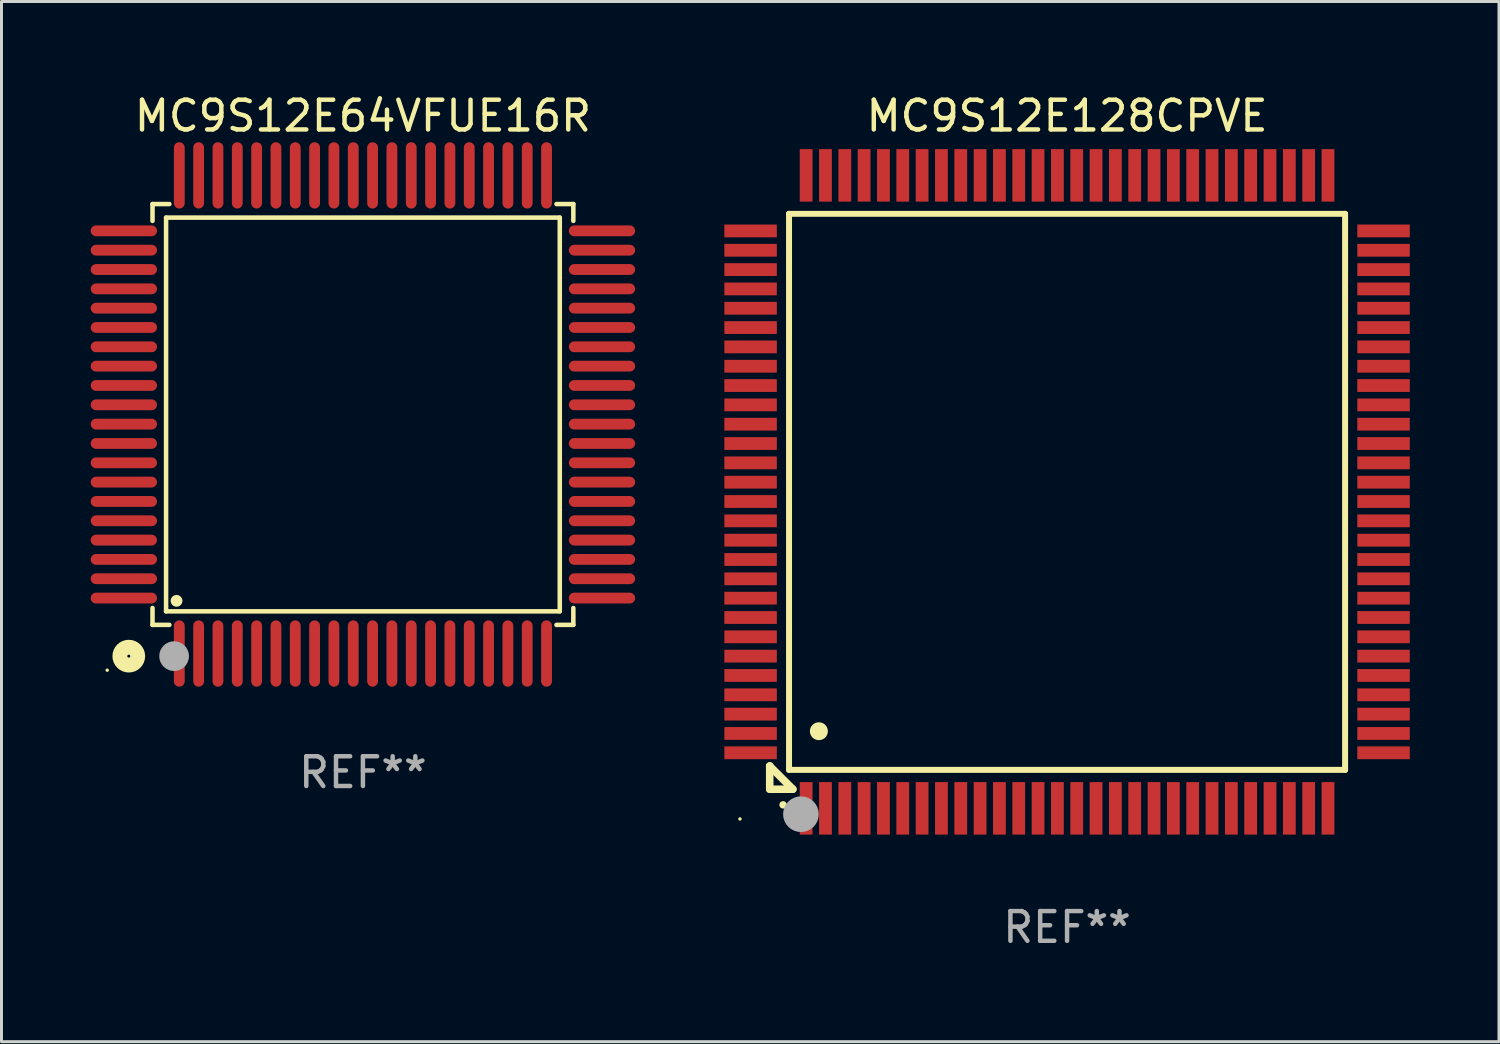
<source format=kicad_pcb>
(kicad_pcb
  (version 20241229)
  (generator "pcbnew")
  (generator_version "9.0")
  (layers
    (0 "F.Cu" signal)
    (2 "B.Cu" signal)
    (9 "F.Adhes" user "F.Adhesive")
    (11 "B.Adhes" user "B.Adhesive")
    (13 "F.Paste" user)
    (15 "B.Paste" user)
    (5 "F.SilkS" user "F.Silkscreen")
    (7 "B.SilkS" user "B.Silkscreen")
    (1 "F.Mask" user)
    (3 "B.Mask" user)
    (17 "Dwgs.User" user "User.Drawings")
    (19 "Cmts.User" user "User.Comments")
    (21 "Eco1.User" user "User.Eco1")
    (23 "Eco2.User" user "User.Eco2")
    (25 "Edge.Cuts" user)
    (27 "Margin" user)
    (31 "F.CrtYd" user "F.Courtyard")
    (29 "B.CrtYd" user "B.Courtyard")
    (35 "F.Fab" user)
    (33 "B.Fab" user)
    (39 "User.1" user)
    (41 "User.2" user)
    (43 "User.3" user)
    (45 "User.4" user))
  (footprint "MC9S12E128CPVE"
    (layer "F.Cu")
    (at 32.835 13.491)
    (property "Reference" "MC9S12E128CPVE" (at 0 -12.643 0) (layer "F.SilkS") (effects (font (size 1 1) (thickness 0.15))))
    (attr through_hole)
    (fp_line (start -10 9.221) (end -10 9.221) (stroke (width 0.254) (type solid)) (layer "F.SilkS"))
    (fp_line (start -10 9.221) (end -10 10) (stroke (width 0.254) (type solid)) (layer "F.SilkS"))
    (fp_line (start -10 9.221) (end -9.221 10) (stroke (width 0.254) (type solid)) (layer "F.SilkS"))
    (fp_line (start -10 10) (end -9.221 10) (stroke (width 0.254) (type solid)) (layer "F.SilkS"))
    (fp_line (start -9.35 -9.35) (end -9.35 9.35) (stroke (width 0.201) (type solid)) (layer "F.SilkS"))
    (fp_line (start -9.35 9.35) (end 9.35 9.35) (stroke (width 0.201) (type solid)) (layer "F.SilkS"))
    (fp_line (start 9.35 -9.35) (end -9.35 -9.35) (stroke (width 0.201) (type solid)) (layer "F.SilkS"))
    (fp_line (start 9.35 9.35) (end 9.35 -9.35) (stroke (width 0.201) (type solid)) (layer "F.SilkS"))
    (fp_arc (start -9.550546 10.525832) (mid -9.549276 10.525826) (end -9.548006 10.525832) (stroke (width 0.24892) (type solid)) (layer "F.SilkS"))
    (fp_arc (start -8.349124 8.049327) (mid -8.346584 8.049316) (end -8.344044 8.049327) (stroke (width 0.599441) (type solid)) (layer "F.SilkS"))
    (fp_circle (center -11 11) (end -10.97 11) (stroke (width 0.06) (type solid)) (fill no) (layer "F.SilkS"))
    (fp_circle (center -8.95 10.84) (end -8.65 10.84) (stroke (width 0.6) (type solid)) (fill no) (layer "F.Fab"))
    (fp_text user "REF**" (at 0 14.643 0) (layer "F.Fab") (effects (font (size 1 1) (thickness 0.15))))
    (pad "1" smd rect (at -8.775 10.643) (size 0.43 1.765) (layers "F.Cu" "F.Mask" "F.Paste"))
    (pad "2" smd rect (at -8.125 10.643) (size 0.43 1.765) (layers "F.Cu" "F.Mask" "F.Paste"))
    (pad "3" smd rect (at -7.475 10.643) (size 0.43 1.765) (layers "F.Cu" "F.Mask" "F.Paste"))
    (pad "4" smd rect (at -6.825 10.643) (size 0.43 1.765) (layers "F.Cu" "F.Mask" "F.Paste"))
    (pad "5" smd rect (at -6.175 10.643) (size 0.43 1.765) (layers "F.Cu" "F.Mask" "F.Paste"))
    (pad "6" smd rect (at -5.525 10.643) (size 0.43 1.765) (layers "F.Cu" "F.Mask" "F.Paste"))
    (pad "7" smd rect (at -4.875 10.643) (size 0.43 1.765) (layers "F.Cu" "F.Mask" "F.Paste"))
    (pad "8" smd rect (at -4.225 10.643) (size 0.43 1.765) (layers "F.Cu" "F.Mask" "F.Paste"))
    (pad "9" smd rect (at -3.575 10.643) (size 0.43 1.765) (layers "F.Cu" "F.Mask" "F.Paste"))
    (pad "10" smd rect (at -2.925 10.643) (size 0.43 1.765) (layers "F.Cu" "F.Mask" "F.Paste"))
    (pad "11" smd rect (at -2.275 10.643) (size 0.43 1.765) (layers "F.Cu" "F.Mask" "F.Paste"))
    (pad "12" smd rect (at -1.625 10.643) (size 0.43 1.765) (layers "F.Cu" "F.Mask" "F.Paste"))
    (pad "13" smd rect (at -0.975 10.643) (size 0.43 1.765) (layers "F.Cu" "F.Mask" "F.Paste"))
    (pad "14" smd rect (at -0.325 10.643) (size 0.43 1.765) (layers "F.Cu" "F.Mask" "F.Paste"))
    (pad "15" smd rect (at 0.325 10.643) (size 0.43 1.765) (layers "F.Cu" "F.Mask" "F.Paste"))
    (pad "16" smd rect (at 0.975 10.643) (size 0.43 1.765) (layers "F.Cu" "F.Mask" "F.Paste"))
    (pad "17" smd rect (at 1.625 10.643) (size 0.43 1.765) (layers "F.Cu" "F.Mask" "F.Paste"))
    (pad "18" smd rect (at 2.275 10.643) (size 0.43 1.765) (layers "F.Cu" "F.Mask" "F.Paste"))
    (pad "19" smd rect (at 2.925 10.643) (size 0.43 1.765) (layers "F.Cu" "F.Mask" "F.Paste"))
    (pad "20" smd rect (at 3.575 10.643) (size 0.43 1.765) (layers "F.Cu" "F.Mask" "F.Paste"))
    (pad "21" smd rect (at 4.225 10.643) (size 0.43 1.765) (layers "F.Cu" "F.Mask" "F.Paste"))
    (pad "22" smd rect (at 4.875 10.643) (size 0.43 1.765) (layers "F.Cu" "F.Mask" "F.Paste"))
    (pad "23" smd rect (at 5.525 10.643) (size 0.43 1.765) (layers "F.Cu" "F.Mask" "F.Paste"))
    (pad "24" smd rect (at 6.175 10.643) (size 0.43 1.765) (layers "F.Cu" "F.Mask" "F.Paste"))
    (pad "25" smd rect (at 6.825 10.643) (size 0.43 1.765) (layers "F.Cu" "F.Mask" "F.Paste"))
    (pad "26" smd rect (at 7.475 10.643) (size 0.43 1.765) (layers "F.Cu" "F.Mask" "F.Paste"))
    (pad "27" smd rect (at 8.125 10.643) (size 0.43 1.765) (layers "F.Cu" "F.Mask" "F.Paste"))
    (pad "28" smd rect (at 8.775 10.643) (size 0.43 1.765) (layers "F.Cu" "F.Mask" "F.Paste"))
    (pad "29" smd rect (at 10.643 8.775) (size 1.765 0.43) (layers "F.Cu" "F.Mask" "F.Paste"))
    (pad "30" smd rect (at 10.643 8.125) (size 1.765 0.43) (layers "F.Cu" "F.Mask" "F.Paste"))
    (pad "31" smd rect (at 10.643 7.475) (size 1.765 0.43) (layers "F.Cu" "F.Mask" "F.Paste"))
    (pad "32" smd rect (at 10.643 6.825) (size 1.765 0.43) (layers "F.Cu" "F.Mask" "F.Paste"))
    (pad "33" smd rect (at 10.643 6.175) (size 1.765 0.43) (layers "F.Cu" "F.Mask" "F.Paste"))
    (pad "34" smd rect (at 10.643 5.525) (size 1.765 0.43) (layers "F.Cu" "F.Mask" "F.Paste"))
    (pad "35" smd rect (at 10.643 4.875) (size 1.765 0.43) (layers "F.Cu" "F.Mask" "F.Paste"))
    (pad "36" smd rect (at 10.643 4.225) (size 1.765 0.43) (layers "F.Cu" "F.Mask" "F.Paste"))
    (pad "37" smd rect (at 10.643 3.575) (size 1.765 0.43) (layers "F.Cu" "F.Mask" "F.Paste"))
    (pad "38" smd rect (at 10.643 2.925) (size 1.765 0.43) (layers "F.Cu" "F.Mask" "F.Paste"))
    (pad "39" smd rect (at 10.643 2.275) (size 1.765 0.43) (layers "F.Cu" "F.Mask" "F.Paste"))
    (pad "40" smd rect (at 10.643 1.625) (size 1.765 0.43) (layers "F.Cu" "F.Mask" "F.Paste"))
    (pad "41" smd rect (at 10.643 0.975) (size 1.765 0.43) (layers "F.Cu" "F.Mask" "F.Paste"))
    (pad "42" smd rect (at 10.643 0.325) (size 1.765 0.43) (layers "F.Cu" "F.Mask" "F.Paste"))
    (pad "43" smd rect (at 10.643 -0.325) (size 1.765 0.43) (layers "F.Cu" "F.Mask" "F.Paste"))
    (pad "44" smd rect (at 10.643 -0.975) (size 1.765 0.43) (layers "F.Cu" "F.Mask" "F.Paste"))
    (pad "45" smd rect (at 10.643 -1.625) (size 1.765 0.43) (layers "F.Cu" "F.Mask" "F.Paste"))
    (pad "46" smd rect (at 10.643 -2.275) (size 1.765 0.43) (layers "F.Cu" "F.Mask" "F.Paste"))
    (pad "47" smd rect (at 10.643 -2.925) (size 1.765 0.43) (layers "F.Cu" "F.Mask" "F.Paste"))
    (pad "48" smd rect (at 10.643 -3.575) (size 1.765 0.43) (layers "F.Cu" "F.Mask" "F.Paste"))
    (pad "49" smd rect (at 10.643 -4.225) (size 1.765 0.43) (layers "F.Cu" "F.Mask" "F.Paste"))
    (pad "50" smd rect (at 10.643 -4.875) (size 1.765 0.43) (layers "F.Cu" "F.Mask" "F.Paste"))
    (pad "51" smd rect (at 10.643 -5.525) (size 1.765 0.43) (layers "F.Cu" "F.Mask" "F.Paste"))
    (pad "52" smd rect (at 10.643 -6.175) (size 1.765 0.43) (layers "F.Cu" "F.Mask" "F.Paste"))
    (pad "53" smd rect (at 10.643 -6.825) (size 1.765 0.43) (layers "F.Cu" "F.Mask" "F.Paste"))
    (pad "54" smd rect (at 10.643 -7.475) (size 1.765 0.43) (layers "F.Cu" "F.Mask" "F.Paste"))
    (pad "55" smd rect (at 10.643 -8.125) (size 1.765 0.43) (layers "F.Cu" "F.Mask" "F.Paste"))
    (pad "56" smd rect (at 10.643 -8.775) (size 1.765 0.43) (layers "F.Cu" "F.Mask" "F.Paste"))
    (pad "57" smd rect (at 8.775 -10.643) (size 0.43 1.765) (layers "F.Cu" "F.Mask" "F.Paste"))
    (pad "58" smd rect (at 8.125 -10.643) (size 0.43 1.765) (layers "F.Cu" "F.Mask" "F.Paste"))
    (pad "59" smd rect (at 7.475 -10.643) (size 0.43 1.765) (layers "F.Cu" "F.Mask" "F.Paste"))
    (pad "60" smd rect (at 6.825 -10.643) (size 0.43 1.765) (layers "F.Cu" "F.Mask" "F.Paste"))
    (pad "61" smd rect (at 6.175 -10.643) (size 0.43 1.765) (layers "F.Cu" "F.Mask" "F.Paste"))
    (pad "62" smd rect (at 5.525 -10.643) (size 0.43 1.765) (layers "F.Cu" "F.Mask" "F.Paste"))
    (pad "63" smd rect (at 4.875 -10.643) (size 0.43 1.765) (layers "F.Cu" "F.Mask" "F.Paste"))
    (pad "64" smd rect (at 4.225 -10.643) (size 0.43 1.765) (layers "F.Cu" "F.Mask" "F.Paste"))
    (pad "65" smd rect (at 3.575 -10.643) (size 0.43 1.765) (layers "F.Cu" "F.Mask" "F.Paste"))
    (pad "66" smd rect (at 2.925 -10.643) (size 0.43 1.765) (layers "F.Cu" "F.Mask" "F.Paste"))
    (pad "67" smd rect (at 2.275 -10.643) (size 0.43 1.765) (layers "F.Cu" "F.Mask" "F.Paste"))
    (pad "68" smd rect (at 1.625 -10.643) (size 0.43 1.765) (layers "F.Cu" "F.Mask" "F.Paste"))
    (pad "69" smd rect (at 0.975 -10.643) (size 0.43 1.765) (layers "F.Cu" "F.Mask" "F.Paste"))
    (pad "70" smd rect (at 0.325 -10.643) (size 0.43 1.765) (layers "F.Cu" "F.Mask" "F.Paste"))
    (pad "71" smd rect (at -0.325 -10.643) (size 0.43 1.765) (layers "F.Cu" "F.Mask" "F.Paste"))
    (pad "72" smd rect (at -0.975 -10.643) (size 0.43 1.765) (layers "F.Cu" "F.Mask" "F.Paste"))
    (pad "73" smd rect (at -1.625 -10.643) (size 0.43 1.765) (layers "F.Cu" "F.Mask" "F.Paste"))
    (pad "74" smd rect (at -2.275 -10.643) (size 0.43 1.765) (layers "F.Cu" "F.Mask" "F.Paste"))
    (pad "75" smd rect (at -2.925 -10.643) (size 0.43 1.765) (layers "F.Cu" "F.Mask" "F.Paste"))
    (pad "76" smd rect (at -3.575 -10.643) (size 0.43 1.765) (layers "F.Cu" "F.Mask" "F.Paste"))
    (pad "77" smd rect (at -4.225 -10.643) (size 0.43 1.765) (layers "F.Cu" "F.Mask" "F.Paste"))
    (pad "78" smd rect (at -4.875 -10.643) (size 0.43 1.765) (layers "F.Cu" "F.Mask" "F.Paste"))
    (pad "79" smd rect (at -5.525 -10.643) (size 0.43 1.765) (layers "F.Cu" "F.Mask" "F.Paste"))
    (pad "80" smd rect (at -6.175 -10.643) (size 0.43 1.765) (layers "F.Cu" "F.Mask" "F.Paste"))
    (pad "81" smd rect (at -6.825 -10.643) (size 0.43 1.765) (layers "F.Cu" "F.Mask" "F.Paste"))
    (pad "82" smd rect (at -7.475 -10.643) (size 0.43 1.765) (layers "F.Cu" "F.Mask" "F.Paste"))
    (pad "83" smd rect (at -8.125 -10.643) (size 0.43 1.765) (layers "F.Cu" "F.Mask" "F.Paste"))
    (pad "84" smd rect (at -8.775 -10.643) (size 0.43 1.765) (layers "F.Cu" "F.Mask" "F.Paste"))
    (pad "85" smd rect (at -10.643 -8.775) (size 1.765 0.43) (layers "F.Cu" "F.Mask" "F.Paste"))
    (pad "86" smd rect (at -10.643 -8.125) (size 1.765 0.43) (layers "F.Cu" "F.Mask" "F.Paste"))
    (pad "87" smd rect (at -10.643 -7.475) (size 1.765 0.43) (layers "F.Cu" "F.Mask" "F.Paste"))
    (pad "88" smd rect (at -10.643 -6.825) (size 1.765 0.43) (layers "F.Cu" "F.Mask" "F.Paste"))
    (pad "89" smd rect (at -10.643 -6.175) (size 1.765 0.43) (layers "F.Cu" "F.Mask" "F.Paste"))
    (pad "90" smd rect (at -10.643 -5.525) (size 1.765 0.43) (layers "F.Cu" "F.Mask" "F.Paste"))
    (pad "91" smd rect (at -10.643 -4.875) (size 1.765 0.43) (layers "F.Cu" "F.Mask" "F.Paste"))
    (pad "92" smd rect (at -10.643 -4.225) (size 1.765 0.43) (layers "F.Cu" "F.Mask" "F.Paste"))
    (pad "93" smd rect (at -10.643 -3.575) (size 1.765 0.43) (layers "F.Cu" "F.Mask" "F.Paste"))
    (pad "94" smd rect (at -10.643 -2.925) (size 1.765 0.43) (layers "F.Cu" "F.Mask" "F.Paste"))
    (pad "95" smd rect (at -10.643 -2.275) (size 1.765 0.43) (layers "F.Cu" "F.Mask" "F.Paste"))
    (pad "96" smd rect (at -10.643 -1.625) (size 1.765 0.43) (layers "F.Cu" "F.Mask" "F.Paste"))
    (pad "97" smd rect (at -10.643 -0.975) (size 1.765 0.43) (layers "F.Cu" "F.Mask" "F.Paste"))
    (pad "98" smd rect (at -10.643 -0.325) (size 1.765 0.43) (layers "F.Cu" "F.Mask" "F.Paste"))
    (pad "99" smd rect (at -10.643 0.325) (size 1.765 0.43) (layers "F.Cu" "F.Mask" "F.Paste"))
    (pad "100" smd rect (at -10.643 0.975) (size 1.765 0.43) (layers "F.Cu" "F.Mask" "F.Paste"))
    (pad "101" smd rect (at -10.643 1.625) (size 1.765 0.43) (layers "F.Cu" "F.Mask" "F.Paste"))
    (pad "102" smd rect (at -10.643 2.275) (size 1.765 0.43) (layers "F.Cu" "F.Mask" "F.Paste"))
    (pad "103" smd rect (at -10.643 2.925) (size 1.765 0.43) (layers "F.Cu" "F.Mask" "F.Paste"))
    (pad "104" smd rect (at -10.643 3.575) (size 1.765 0.43) (layers "F.Cu" "F.Mask" "F.Paste"))
    (pad "105" smd rect (at -10.643 4.225) (size 1.765 0.43) (layers "F.Cu" "F.Mask" "F.Paste"))
    (pad "106" smd rect (at -10.643 4.875) (size 1.765 0.43) (layers "F.Cu" "F.Mask" "F.Paste"))
    (pad "107" smd rect (at -10.643 5.525) (size 1.765 0.43) (layers "F.Cu" "F.Mask" "F.Paste"))
    (pad "108" smd rect (at -10.643 6.175) (size 1.765 0.43) (layers "F.Cu" "F.Mask" "F.Paste"))
    (pad "109" smd rect (at -10.643 6.825) (size 1.765 0.43) (layers "F.Cu" "F.Mask" "F.Paste"))
    (pad "110" smd rect (at -10.643 7.475) (size 1.765 0.43) (layers "F.Cu" "F.Mask" "F.Paste"))
    (pad "111" smd rect (at -10.643 8.125) (size 1.765 0.43) (layers "F.Cu" "F.Mask" "F.Paste"))
    (pad "112" smd rect (at -10.643 8.775) (size 1.765 0.43) (layers "F.Cu" "F.Mask" "F.Paste")))
  (footprint "MC9S12E64VFUE16R"
    (layer "F.Cu")
    (at 9.155 10.888)
    (property "Reference" "MC9S12E64VFUE16R" (at 0 -10.04 0) (layer "F.SilkS") (effects (font (size 1 1) (thickness 0.15))))
    (attr through_hole)
    (fp_line (start -7.076 -7.076) (end -7.076 -6.509) (stroke (width 0.152) (type solid)) (layer "F.SilkS"))
    (fp_line (start -7.076 7.076) (end -7.076 6.509) (stroke (width 0.152) (type solid)) (layer "F.SilkS"))
    (fp_line (start -6.62 -6.62) (end 6.62 -6.62) (stroke (width 0.152) (type solid)) (layer "F.SilkS"))
    (fp_line (start -6.62 6.62) (end -6.62 -6.62) (stroke (width 0.152) (type solid)) (layer "F.SilkS"))
    (fp_line (start -6.509 -7.076) (end -7.076 -7.076) (stroke (width 0.152) (type solid)) (layer "F.SilkS"))
    (fp_line (start -6.509 7.076) (end -7.076 7.076) (stroke (width 0.152) (type solid)) (layer "F.SilkS"))
    (fp_line (start 6.509 -7.076) (end 7.076 -7.076) (stroke (width 0.152) (type solid)) (layer "F.SilkS"))
    (fp_line (start 6.509 7.076) (end 7.076 7.076) (stroke (width 0.152) (type solid)) (layer "F.SilkS"))
    (fp_line (start 6.62 -6.62) (end 6.62 6.62) (stroke (width 0.152) (type solid)) (layer "F.SilkS"))
    (fp_line (start 6.62 6.62) (end -6.62 6.62) (stroke (width 0.152) (type solid)) (layer "F.SilkS"))
    (fp_line (start 7.076 -7.076) (end 7.076 -6.509) (stroke (width 0.152) (type solid)) (layer "F.SilkS"))
    (fp_line (start 7.076 7.076) (end 7.076 6.509) (stroke (width 0.152) (type solid)) (layer "F.SilkS"))
    (fp_circle (center -8.6 8.6) (end -8.57 8.6) (stroke (width 0.06) (type solid)) (fill no) (layer "F.SilkS"))
    (fp_circle (center -7.874 8.128) (end -7.574 8.128) (stroke (width 0.5) (type solid)) (fill no) (layer "F.SilkS"))
    (fp_circle (center -6.268 6.268) (end -6.168 6.268) (stroke (width 0.2) (type solid)) (fill no) (layer "F.SilkS"))
    (fp_circle (center -6.35 8.128) (end -6.1 8.128) (stroke (width 0.5) (type solid)) (fill no) (layer "F.Fab"))
    (fp_text user "REF**" (at 0 12.04 0) (layer "F.Fab") (effects (font (size 1 1) (thickness 0.15))))
    (pad "1" smd oval (at -6.175 8.04) (size 0.364 2.23) (layers "F.Cu" "F.Mask" "F.Paste"))
    (pad "2" smd oval (at -5.525 8.04) (size 0.364 2.23) (layers "F.Cu" "F.Mask" "F.Paste"))
    (pad "3" smd oval (at -4.875 8.04) (size 0.364 2.23) (layers "F.Cu" "F.Mask" "F.Paste"))
    (pad "4" smd oval (at -4.225 8.04) (size 0.364 2.23) (layers "F.Cu" "F.Mask" "F.Paste"))
    (pad "5" smd oval (at -3.575 8.04) (size 0.364 2.23) (layers "F.Cu" "F.Mask" "F.Paste"))
    (pad "6" smd oval (at -2.925 8.04) (size 0.364 2.23) (layers "F.Cu" "F.Mask" "F.Paste"))
    (pad "7" smd oval (at -2.275 8.04) (size 0.364 2.23) (layers "F.Cu" "F.Mask" "F.Paste"))
    (pad "8" smd oval (at -1.625 8.04) (size 0.364 2.23) (layers "F.Cu" "F.Mask" "F.Paste"))
    (pad "9" smd oval (at -0.975 8.04) (size 0.364 2.23) (layers "F.Cu" "F.Mask" "F.Paste"))
    (pad "10" smd oval (at -0.325 8.04) (size 0.364 2.23) (layers "F.Cu" "F.Mask" "F.Paste"))
    (pad "11" smd oval (at 0.325 8.04) (size 0.364 2.23) (layers "F.Cu" "F.Mask" "F.Paste"))
    (pad "12" smd oval (at 0.975 8.04) (size 0.364 2.23) (layers "F.Cu" "F.Mask" "F.Paste"))
    (pad "13" smd oval (at 1.625 8.04) (size 0.364 2.23) (layers "F.Cu" "F.Mask" "F.Paste"))
    (pad "14" smd oval (at 2.275 8.04) (size 0.364 2.23) (layers "F.Cu" "F.Mask" "F.Paste"))
    (pad "15" smd oval (at 2.925 8.04) (size 0.364 2.23) (layers "F.Cu" "F.Mask" "F.Paste"))
    (pad "16" smd oval (at 3.575 8.04) (size 0.364 2.23) (layers "F.Cu" "F.Mask" "F.Paste"))
    (pad "17" smd oval (at 4.225 8.04) (size 0.364 2.23) (layers "F.Cu" "F.Mask" "F.Paste"))
    (pad "18" smd oval (at 4.875 8.04) (size 0.364 2.23) (layers "F.Cu" "F.Mask" "F.Paste"))
    (pad "19" smd oval (at 5.525 8.04) (size 0.364 2.23) (layers "F.Cu" "F.Mask" "F.Paste"))
    (pad "20" smd oval (at 6.175 8.04) (size 0.364 2.23) (layers "F.Cu" "F.Mask" "F.Paste"))
    (pad "21" smd oval (at 8.04 6.175) (size 2.23 0.364) (layers "F.Cu" "F.Mask" "F.Paste"))
    (pad "22" smd oval (at 8.04 5.525) (size 2.23 0.364) (layers "F.Cu" "F.Mask" "F.Paste"))
    (pad "23" smd oval (at 8.04 4.875) (size 2.23 0.364) (layers "F.Cu" "F.Mask" "F.Paste"))
    (pad "24" smd oval (at 8.04 4.225) (size 2.23 0.364) (layers "F.Cu" "F.Mask" "F.Paste"))
    (pad "25" smd oval (at 8.04 3.575) (size 2.23 0.364) (layers "F.Cu" "F.Mask" "F.Paste"))
    (pad "26" smd oval (at 8.04 2.925) (size 2.23 0.364) (layers "F.Cu" "F.Mask" "F.Paste"))
    (pad "27" smd oval (at 8.04 2.275) (size 2.23 0.364) (layers "F.Cu" "F.Mask" "F.Paste"))
    (pad "28" smd oval (at 8.04 1.625) (size 2.23 0.364) (layers "F.Cu" "F.Mask" "F.Paste"))
    (pad "29" smd oval (at 8.04 0.975) (size 2.23 0.364) (layers "F.Cu" "F.Mask" "F.Paste"))
    (pad "30" smd oval (at 8.04 0.325) (size 2.23 0.364) (layers "F.Cu" "F.Mask" "F.Paste"))
    (pad "31" smd oval (at 8.04 -0.325) (size 2.23 0.364) (layers "F.Cu" "F.Mask" "F.Paste"))
    (pad "32" smd oval (at 8.04 -0.975) (size 2.23 0.364) (layers "F.Cu" "F.Mask" "F.Paste"))
    (pad "33" smd oval (at 8.04 -1.625) (size 2.23 0.364) (layers "F.Cu" "F.Mask" "F.Paste"))
    (pad "34" smd oval (at 8.04 -2.275) (size 2.23 0.364) (layers "F.Cu" "F.Mask" "F.Paste"))
    (pad "35" smd oval (at 8.04 -2.925) (size 2.23 0.364) (layers "F.Cu" "F.Mask" "F.Paste"))
    (pad "36" smd oval (at 8.04 -3.575) (size 2.23 0.364) (layers "F.Cu" "F.Mask" "F.Paste"))
    (pad "37" smd oval (at 8.04 -4.225) (size 2.23 0.364) (layers "F.Cu" "F.Mask" "F.Paste"))
    (pad "38" smd oval (at 8.04 -4.875) (size 2.23 0.364) (layers "F.Cu" "F.Mask" "F.Paste"))
    (pad "39" smd oval (at 8.04 -5.525) (size 2.23 0.364) (layers "F.Cu" "F.Mask" "F.Paste"))
    (pad "40" smd oval (at 8.04 -6.175) (size 2.23 0.364) (layers "F.Cu" "F.Mask" "F.Paste"))
    (pad "41" smd oval (at 6.175 -8.04) (size 0.364 2.23) (layers "F.Cu" "F.Mask" "F.Paste"))
    (pad "42" smd oval (at 5.525 -8.04) (size 0.364 2.23) (layers "F.Cu" "F.Mask" "F.Paste"))
    (pad "43" smd oval (at 4.875 -8.04) (size 0.364 2.23) (layers "F.Cu" "F.Mask" "F.Paste"))
    (pad "44" smd oval (at 4.225 -8.04) (size 0.364 2.23) (layers "F.Cu" "F.Mask" "F.Paste"))
    (pad "45" smd oval (at 3.575 -8.04) (size 0.364 2.23) (layers "F.Cu" "F.Mask" "F.Paste"))
    (pad "46" smd oval (at 2.925 -8.04) (size 0.364 2.23) (layers "F.Cu" "F.Mask" "F.Paste"))
    (pad "47" smd oval (at 2.275 -8.04) (size 0.364 2.23) (layers "F.Cu" "F.Mask" "F.Paste"))
    (pad "48" smd oval (at 1.625 -8.04) (size 0.364 2.23) (layers "F.Cu" "F.Mask" "F.Paste"))
    (pad "49" smd oval (at 0.975 -8.04) (size 0.364 2.23) (layers "F.Cu" "F.Mask" "F.Paste"))
    (pad "50" smd oval (at 0.325 -8.04) (size 0.364 2.23) (layers "F.Cu" "F.Mask" "F.Paste"))
    (pad "51" smd oval (at -0.325 -8.04) (size 0.364 2.23) (layers "F.Cu" "F.Mask" "F.Paste"))
    (pad "52" smd oval (at -0.975 -8.04) (size 0.364 2.23) (layers "F.Cu" "F.Mask" "F.Paste"))
    (pad "53" smd oval (at -1.625 -8.04) (size 0.364 2.23) (layers "F.Cu" "F.Mask" "F.Paste"))
    (pad "54" smd oval (at -2.275 -8.04) (size 0.364 2.23) (layers "F.Cu" "F.Mask" "F.Paste"))
    (pad "55" smd oval (at -2.925 -8.04) (size 0.364 2.23) (layers "F.Cu" "F.Mask" "F.Paste"))
    (pad "56" smd oval (at -3.575 -8.04) (size 0.364 2.23) (layers "F.Cu" "F.Mask" "F.Paste"))
    (pad "57" smd oval (at -4.225 -8.04) (size 0.364 2.23) (layers "F.Cu" "F.Mask" "F.Paste"))
    (pad "58" smd oval (at -4.875 -8.04) (size 0.364 2.23) (layers "F.Cu" "F.Mask" "F.Paste"))
    (pad "59" smd oval (at -5.525 -8.04) (size 0.364 2.23) (layers "F.Cu" "F.Mask" "F.Paste"))
    (pad "60" smd oval (at -6.175 -8.04) (size 0.364 2.23) (layers "F.Cu" "F.Mask" "F.Paste"))
    (pad "61" smd oval (at -8.04 -6.175) (size 2.23 0.364) (layers "F.Cu" "F.Mask" "F.Paste"))
    (pad "62" smd oval (at -8.04 -5.525) (size 2.23 0.364) (layers "F.Cu" "F.Mask" "F.Paste"))
    (pad "63" smd oval (at -8.04 -4.875) (size 2.23 0.364) (layers "F.Cu" "F.Mask" "F.Paste"))
    (pad "64" smd oval (at -8.04 -4.225) (size 2.23 0.364) (layers "F.Cu" "F.Mask" "F.Paste"))
    (pad "65" smd oval (at -8.04 -3.575) (size 2.23 0.364) (layers "F.Cu" "F.Mask" "F.Paste"))
    (pad "66" smd oval (at -8.04 -2.925) (size 2.23 0.364) (layers "F.Cu" "F.Mask" "F.Paste"))
    (pad "67" smd oval (at -8.04 -2.275) (size 2.23 0.364) (layers "F.Cu" "F.Mask" "F.Paste"))
    (pad "68" smd oval (at -8.04 -1.625) (size 2.23 0.364) (layers "F.Cu" "F.Mask" "F.Paste"))
    (pad "69" smd oval (at -8.04 -0.975) (size 2.23 0.364) (layers "F.Cu" "F.Mask" "F.Paste"))
    (pad "70" smd oval (at -8.04 -0.325) (size 2.23 0.364) (layers "F.Cu" "F.Mask" "F.Paste"))
    (pad "71" smd oval (at -8.04 0.325) (size 2.23 0.364) (layers "F.Cu" "F.Mask" "F.Paste"))
    (pad "72" smd oval (at -8.04 0.975) (size 2.23 0.364) (layers "F.Cu" "F.Mask" "F.Paste"))
    (pad "73" smd oval (at -8.04 1.625) (size 2.23 0.364) (layers "F.Cu" "F.Mask" "F.Paste"))
    (pad "74" smd oval (at -8.04 2.275) (size 2.23 0.364) (layers "F.Cu" "F.Mask" "F.Paste"))
    (pad "75" smd oval (at -8.04 2.925) (size 2.23 0.364) (layers "F.Cu" "F.Mask" "F.Paste"))
    (pad "76" smd oval (at -8.04 3.575) (size 2.23 0.364) (layers "F.Cu" "F.Mask" "F.Paste"))
    (pad "77" smd oval (at -8.04 4.225) (size 2.23 0.364) (layers "F.Cu" "F.Mask" "F.Paste"))
    (pad "78" smd oval (at -8.04 4.875) (size 2.23 0.364) (layers "F.Cu" "F.Mask" "F.Paste"))
    (pad "79" smd oval (at -8.04 5.525) (size 2.23 0.364) (layers "F.Cu" "F.Mask" "F.Paste"))
    (pad "80" smd oval (at -8.04 6.175) (size 2.23 0.364) (layers "F.Cu" "F.Mask" "F.Paste")))
  (gr_rect
    (start -3 -3)
    (end 47.36 31.982)
    (stroke (width 0.1) (type default))
    (fill no)
    (layer "Edge.Cuts")))
</source>
